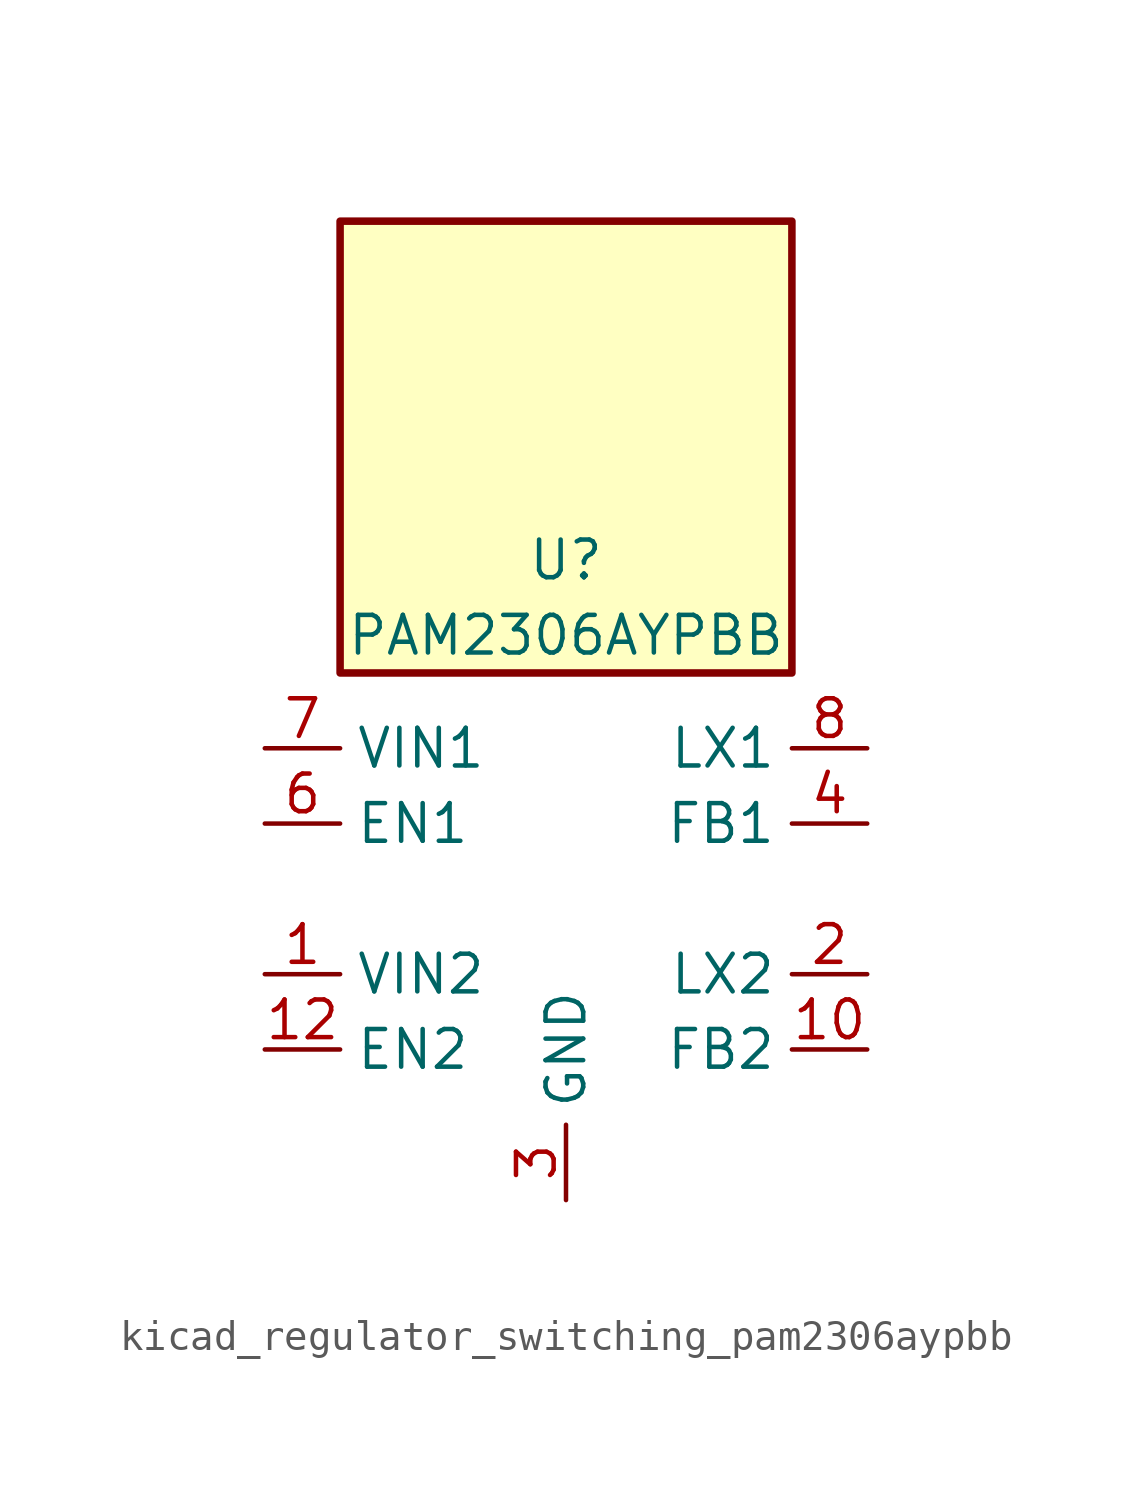
<source format=kicad_sym>
(kicad_symbol_lib
  (version 20220914)
  (generator kicad_symbol_editor)
  (symbol "kicad_regulator_switching_pam2306aypbb"
    (property "Reference" "U"
      (at 0 11.43 0)
      (effects (font (size 1.27 1.27))))
    (property "Value" "PAM2306AYPBB"
      (at 0 8.89 0)
      (effects (font (size 1.27 1.27))))
    (symbol "kicad_regulator_switching_pam2306aypbb_0_1"
      (rectangle (start 7.62 22.86) (end -7.62 7.62) (stroke (width 0.254) (type default)) (fill (type background))))
    (symbol "kicad_regulator_switching_pam2306aypbb_1_1"
      (pin power_in line (at -10.16 -2.54 0) (length 2.54) (name "VIN2" (effects (font (size 1.27 1.27)))) (number "1" (effects (font (size 1.27 1.27)))))
      (pin input line (at 10.16 -5.08 180) (length 2.54) (name "FB2" (effects (font (size 1.27 1.27)))) (number "10" (effects (font (size 1.27 1.27)))))
      (pin no_connect line (at 7.62 0 180) (length 2.54) hide (name "NC2" (effects (font (size 1.27 1.27)))) (number "11" (effects (font (size 1.27 1.27)))))
      (pin input line (at -10.16 -5.08 0) (length 2.54) (name "EN2" (effects (font (size 1.27 1.27)))) (number "12" (effects (font (size 1.27 1.27)))))
      (pin passive line (at 0 -10.16 90) (length 2.54) hide (name "GND" (effects (font (size 1.27 1.27)))) (number "13" (effects (font (size 1.27 1.27)))))
      (pin output line (at 10.16 -2.54 180) (length 2.54) (name "LX2" (effects (font (size 1.27 1.27)))) (number "2" (effects (font (size 1.27 1.27)))))
      (pin power_in line (at 0 -10.16 90) (length 2.54) (name "GND" (effects (font (size 1.27 1.27)))) (number "3" (effects (font (size 1.27 1.27)))))
      (pin input line (at 10.16 2.54 180) (length 2.54) (name "FB1" (effects (font (size 1.27 1.27)))) (number "4" (effects (font (size 1.27 1.27)))))
      (pin no_connect line (at -7.62 0 0) (length 2.54) hide (name "NC1" (effects (font (size 1.27 1.27)))) (number "5" (effects (font (size 1.27 1.27)))))
      (pin input line (at -10.16 2.54 0) (length 2.54) (name "EN1" (effects (font (size 1.27 1.27)))) (number "6" (effects (font (size 1.27 1.27)))))
      (pin power_in line (at -10.16 5.08 0) (length 2.54) (name "VIN1" (effects (font (size 1.27 1.27)))) (number "7" (effects (font (size 1.27 1.27)))))
      (pin output line (at 10.16 5.08 180) (length 2.54) (name "LX1" (effects (font (size 1.27 1.27)))) (number "8" (effects (font (size 1.27 1.27)))))
      (pin passive line (at 0 -10.16 90) (length 2.54) hide (name "GND" (effects (font (size 1.27 1.27)))) (number "9" (effects (font (size 1.27 1.27))))))))
</source>
